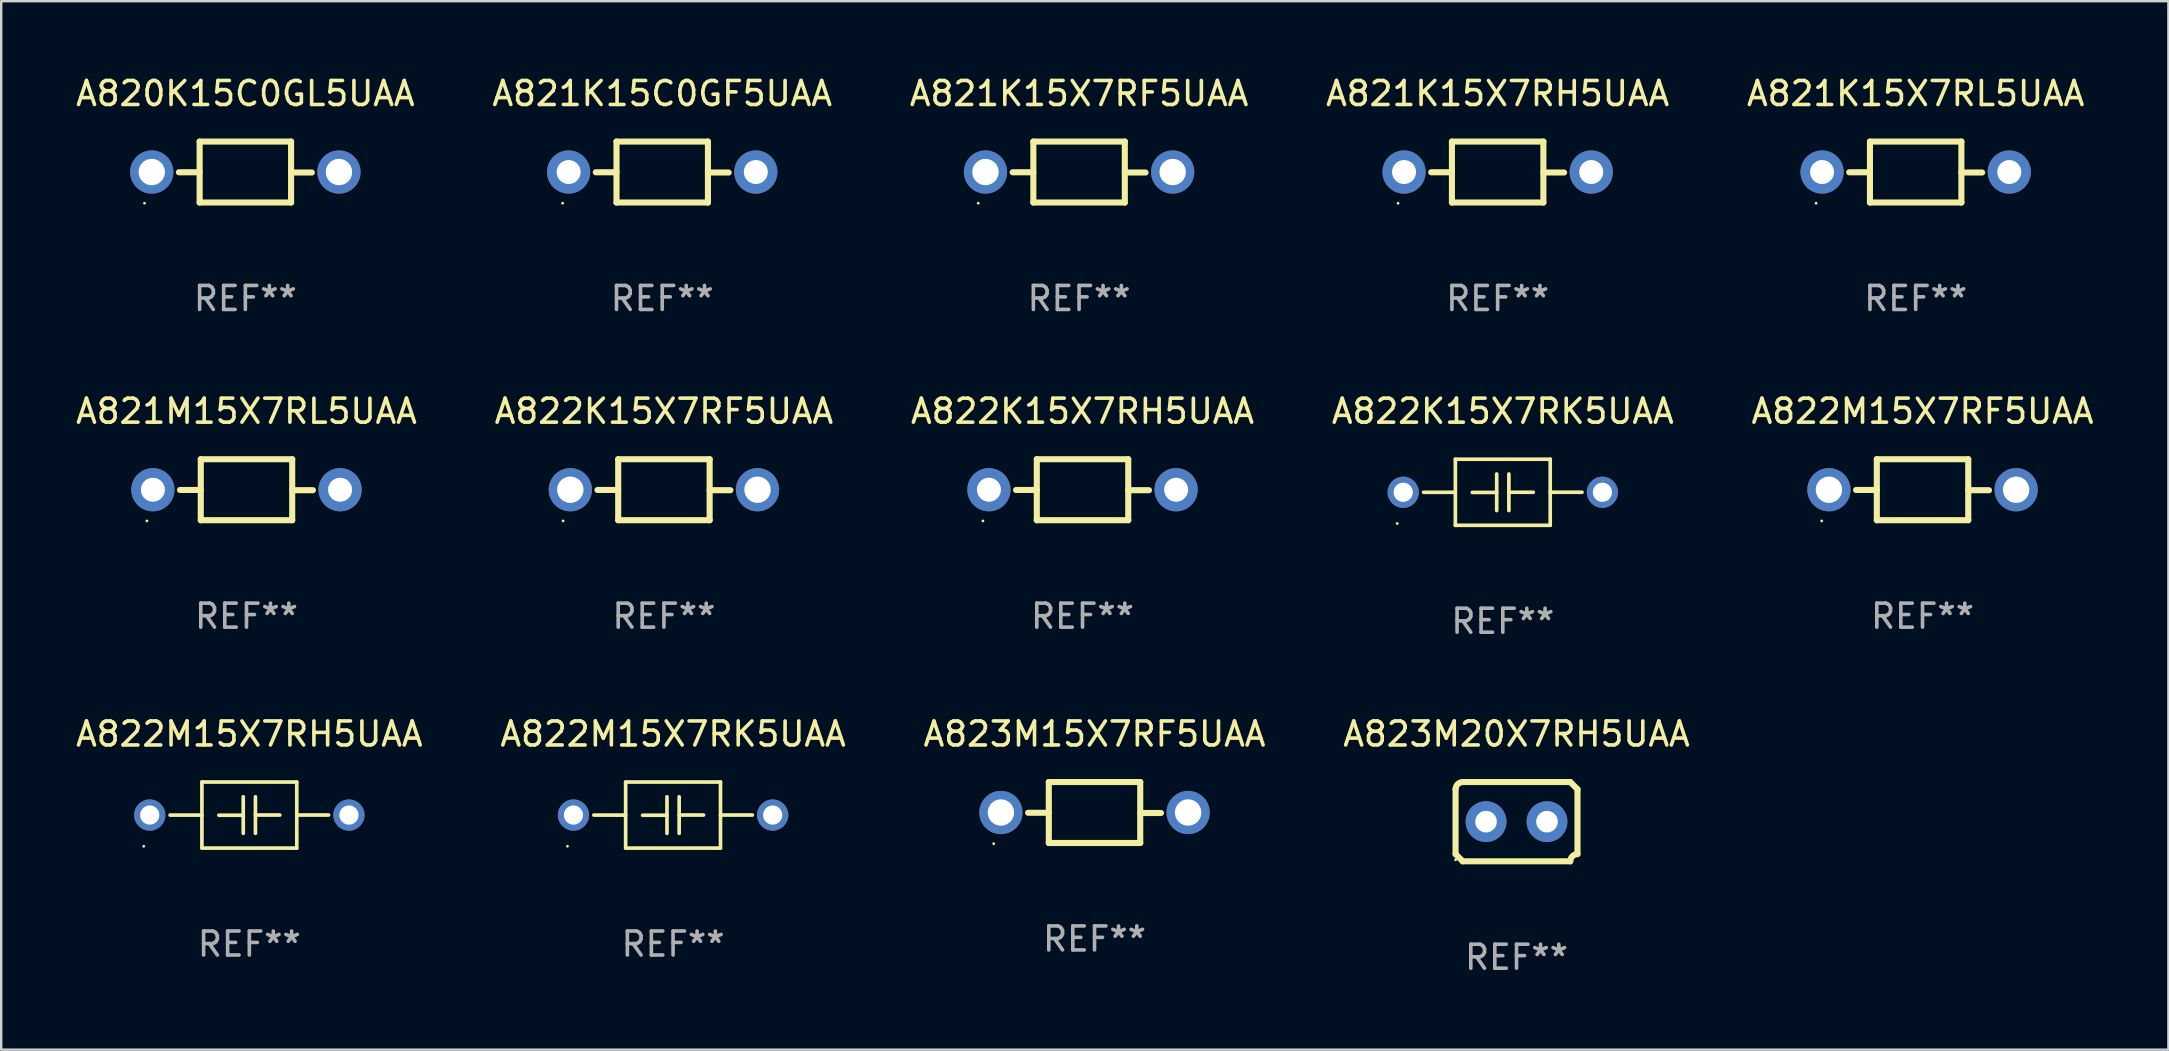
<source format=kicad_pcb>
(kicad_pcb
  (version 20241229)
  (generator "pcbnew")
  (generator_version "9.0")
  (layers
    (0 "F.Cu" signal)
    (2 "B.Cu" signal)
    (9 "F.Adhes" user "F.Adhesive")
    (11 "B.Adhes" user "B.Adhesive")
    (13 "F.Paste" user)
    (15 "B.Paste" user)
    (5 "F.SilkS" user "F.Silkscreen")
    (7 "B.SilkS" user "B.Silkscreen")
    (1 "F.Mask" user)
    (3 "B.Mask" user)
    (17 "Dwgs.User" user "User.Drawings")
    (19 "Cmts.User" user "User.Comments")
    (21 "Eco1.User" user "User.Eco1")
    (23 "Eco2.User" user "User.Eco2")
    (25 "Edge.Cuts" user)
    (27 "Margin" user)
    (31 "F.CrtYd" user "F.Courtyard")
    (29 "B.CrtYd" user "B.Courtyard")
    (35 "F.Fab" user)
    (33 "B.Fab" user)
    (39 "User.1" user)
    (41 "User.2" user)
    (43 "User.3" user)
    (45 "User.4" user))
  (footprint "A821K15X7RH5UAA"
    (layer "F.Cu")
    (at 59.351 4.118)
    (property "Reference" "A821K15X7RH5UAA" (at 0 -3.27 0) (layer "F.SilkS") (effects (font (size 1 1) (thickness 0.15))))
    (attr through_hole)
    (fp_line (start -1.905 -1.27) (end -1.905 1.27) (stroke (width 0.254) (type solid)) (layer "F.SilkS"))
    (fp_line (start -1.905 0.01) (end -2.769 0.01) (stroke (width 0.254) (type solid)) (layer "F.SilkS"))
    (fp_line (start -1.905 1.27) (end 1.905 1.27) (stroke (width 0.254) (type solid)) (layer "F.SilkS"))
    (fp_line (start 1.905 -1.27) (end -1.905 -1.27) (stroke (width 0.254) (type solid)) (layer "F.SilkS"))
    (fp_line (start 1.905 0.02) (end 2.769 0.02) (stroke (width 0.254) (type solid)) (layer "F.SilkS"))
    (fp_line (start 1.905 1.27) (end 1.905 -1.27) (stroke (width 0.254) (type solid)) (layer "F.SilkS"))
    (fp_circle (center -4.15 1.3) (end -4.12 1.3) (stroke (width 0.06) (type solid)) (fill no) (layer "F.SilkS"))
    (fp_text user "REF**" (at 0 5.27 0) (layer "F.Fab") (effects (font (size 1 1) (thickness 0.15))))
    (pad "1" thru_hole circle (at -3.9 0) (size 1.8 1.8) (drill 1) (layers "*.Cu" "*.Mask"))
    (pad "2" thru_hole circle (at 3.9 0) (size 1.8 1.8) (drill 1) (layers "*.Cu" "*.Mask")))
  (footprint "A822M15X7RF5UAA"
    (layer "F.Cu")
    (at 77.054 17.355)
    (property "Reference" "A822M15X7RF5UAA" (at 0 -3.27 0) (layer "F.SilkS") (effects (font (size 1 1) (thickness 0.15))))
    (attr through_hole)
    (fp_line (start -1.905 -1.27) (end -1.905 1.27) (stroke (width 0.254) (type solid)) (layer "F.SilkS"))
    (fp_line (start -1.905 0.01) (end -2.769 0.01) (stroke (width 0.254) (type solid)) (layer "F.SilkS"))
    (fp_line (start -1.905 1.27) (end 1.905 1.27) (stroke (width 0.254) (type solid)) (layer "F.SilkS"))
    (fp_line (start 1.905 -1.27) (end -1.905 -1.27) (stroke (width 0.254) (type solid)) (layer "F.SilkS"))
    (fp_line (start 1.905 0.02) (end 2.769 0.02) (stroke (width 0.254) (type solid)) (layer "F.SilkS"))
    (fp_line (start 1.905 1.27) (end 1.905 -1.27) (stroke (width 0.254) (type solid)) (layer "F.SilkS"))
    (fp_circle (center -4.201 1.3) (end -4.171 1.3) (stroke (width 0.06) (type solid)) (fill no) (layer "F.SilkS"))
    (fp_text user "REF**" (at 0 5.27 0) (layer "F.Fab") (effects (font (size 1 1) (thickness 0.15))))
    (pad "1" thru_hole circle (at -3.9 0) (size 1.8 1.8) (drill 1.1) (layers "*.Cu" "*.Mask"))
    (pad "2" thru_hole circle (at 3.9 0) (size 1.8 1.8) (drill 1.1) (layers "*.Cu" "*.Mask")))
  (footprint "A822K15X7RH5UAA"
    (layer "F.Cu")
    (at 42.054 17.355)
    (property "Reference" "A822K15X7RH5UAA" (at 0 -3.27 0) (layer "F.SilkS") (effects (font (size 1 1) (thickness 0.15))))
    (attr through_hole)
    (fp_line (start -1.905 -1.27) (end -1.905 1.27) (stroke (width 0.254) (type solid)) (layer "F.SilkS"))
    (fp_line (start -1.905 0.01) (end -2.769 0.01) (stroke (width 0.254) (type solid)) (layer "F.SilkS"))
    (fp_line (start -1.905 1.27) (end 1.905 1.27) (stroke (width 0.254) (type solid)) (layer "F.SilkS"))
    (fp_line (start 1.905 -1.27) (end -1.905 -1.27) (stroke (width 0.254) (type solid)) (layer "F.SilkS"))
    (fp_line (start 1.905 0.02) (end 2.769 0.02) (stroke (width 0.254) (type solid)) (layer "F.SilkS"))
    (fp_line (start 1.905 1.27) (end 1.905 -1.27) (stroke (width 0.254) (type solid)) (layer "F.SilkS"))
    (fp_circle (center -4.15 1.3) (end -4.12 1.3) (stroke (width 0.06) (type solid)) (fill no) (layer "F.SilkS"))
    (fp_text user "REF**" (at 0 5.27 0) (layer "F.Fab") (effects (font (size 1 1) (thickness 0.15))))
    (pad "1" thru_hole circle (at -3.9 0) (size 1.8 1.8) (drill 1) (layers "*.Cu" "*.Mask"))
    (pad "2" thru_hole circle (at 3.9 0) (size 1.8 1.8) (drill 1) (layers "*.Cu" "*.Mask")))
  (footprint "A821M15X7RL5UAA"
    (layer "F.Cu")
    (at 7.22 17.355)
    (property "Reference" "A821M15X7RL5UAA" (at 0 -3.27 0) (layer "F.SilkS") (effects (font (size 1 1) (thickness 0.15))))
    (attr through_hole)
    (fp_line (start -1.905 -1.27) (end -1.905 1.27) (stroke (width 0.254) (type solid)) (layer "F.SilkS"))
    (fp_line (start -1.905 0.01) (end -2.769 0.01) (stroke (width 0.254) (type solid)) (layer "F.SilkS"))
    (fp_line (start -1.905 1.27) (end 1.905 1.27) (stroke (width 0.254) (type solid)) (layer "F.SilkS"))
    (fp_line (start 1.905 -1.27) (end -1.905 -1.27) (stroke (width 0.254) (type solid)) (layer "F.SilkS"))
    (fp_line (start 1.905 0.02) (end 2.769 0.02) (stroke (width 0.254) (type solid)) (layer "F.SilkS"))
    (fp_line (start 1.905 1.27) (end 1.905 -1.27) (stroke (width 0.254) (type solid)) (layer "F.SilkS"))
    (fp_circle (center -4.15 1.3) (end -4.12 1.3) (stroke (width 0.06) (type solid)) (fill no) (layer "F.SilkS"))
    (fp_text user "REF**" (at 0 5.27 0) (layer "F.Fab") (effects (font (size 1 1) (thickness 0.15))))
    (pad "1" thru_hole circle (at -3.9 0) (size 1.8 1.8) (drill 1) (layers "*.Cu" "*.Mask"))
    (pad "2" thru_hole circle (at 3.9 0) (size 1.8 1.8) (drill 1) (layers "*.Cu" "*.Mask")))
  (footprint "A822M15X7RK5UAA"
    (layer "F.Cu")
    (at 24.994 30.91)
    (property "Reference" "A822M15X7RK5UAA" (at 0 -3.376 0) (layer "F.SilkS") (effects (font (size 1 1) (thickness 0.15))))
    (attr through_hole)
    (fp_line (start -1.976 -1.376) (end 1.976 -1.376) (stroke (width 0.152) (type solid)) (layer "F.SilkS"))
    (fp_line (start -1.976 0.001) (end -3.302 0.001) (stroke (width 0.152) (type solid)) (layer "F.SilkS"))
    (fp_line (start -1.976 1.376) (end -1.976 -1.376) (stroke (width 0.152) (type solid)) (layer "F.SilkS"))
    (fp_line (start -0.254 -0.762) (end -0.254 0.762) (stroke (width 0.152) (type solid)) (layer "F.SilkS"))
    (fp_line (start -0.254 0.007) (end -1.27 0.007) (stroke (width 0.152) (type solid)) (layer "F.SilkS"))
    (fp_line (start 0.254 -0.762) (end 0.254 0.762) (stroke (width 0.152) (type solid)) (layer "F.SilkS"))
    (fp_line (start 0.254 0) (end 1.27 0) (stroke (width 0.152) (type solid)) (layer "F.SilkS"))
    (fp_line (start 1.976 -1.376) (end 1.976 1.376) (stroke (width 0.152) (type solid)) (layer "F.SilkS"))
    (fp_line (start 1.976 -0.001) (end 3.302 -0.001) (stroke (width 0.152) (type solid)) (layer "F.SilkS"))
    (fp_line (start 1.976 1.376) (end -1.976 1.376) (stroke (width 0.152) (type solid)) (layer "F.SilkS"))
    (fp_circle (center -4.4 1.3) (end -4.37 1.3) (stroke (width 0.06) (type solid)) (fill no) (layer "F.SilkS"))
    (fp_text user "REF**" (at 0 5.376 0) (layer "F.Fab") (effects (font (size 1 1) (thickness 0.15))))
    (pad "1" thru_hole circle (at -4.15 0) (size 1.3 1.3) (drill 0.8) (layers "*.Cu" "*.Mask"))
    (pad "2" thru_hole circle (at 4.15 0) (size 1.3 1.3) (drill 0.8) (layers "*.Cu" "*.Mask")))
  (footprint "A823M15X7RF5UAA"
    (layer "F.Cu")
    (at 42.554 30.804)
    (property "Reference" "A823M15X7RF5UAA" (at 0 -3.27 0) (layer "F.SilkS") (effects (font (size 1 1) (thickness 0.15))))
    (attr through_hole)
    (fp_line (start -1.905 -1.27) (end -1.905 1.27) (stroke (width 0.254) (type solid)) (layer "F.SilkS"))
    (fp_line (start -1.905 0.01) (end -2.769 0.01) (stroke (width 0.254) (type solid)) (layer "F.SilkS"))
    (fp_line (start -1.905 1.27) (end 1.905 1.27) (stroke (width 0.254) (type solid)) (layer "F.SilkS"))
    (fp_line (start 1.905 -1.27) (end -1.905 -1.27) (stroke (width 0.254) (type solid)) (layer "F.SilkS"))
    (fp_line (start 1.905 0.02) (end 2.769 0.02) (stroke (width 0.254) (type solid)) (layer "F.SilkS"))
    (fp_line (start 1.905 1.27) (end 1.905 -1.27) (stroke (width 0.254) (type solid)) (layer "F.SilkS"))
    (fp_circle (center -4.201 1.3) (end -4.171 1.3) (stroke (width 0.06) (type solid)) (fill no) (layer "F.SilkS"))
    (fp_text user "REF**" (at 0 5.27 0) (layer "F.Fab") (effects (font (size 1 1) (thickness 0.15))))
    (pad "1" thru_hole circle (at -3.9 0) (size 1.8 1.8) (drill 1.1) (layers "*.Cu" "*.Mask"))
    (pad "2" thru_hole circle (at 3.9 0) (size 1.8 1.8) (drill 1.1) (layers "*.Cu" "*.Mask")))
  (footprint "A820K15C0GL5UAA"
    (layer "F.Cu")
    (at 7.173 4.118)
    (property "Reference" "A820K15C0GL5UAA" (at 0 -3.27 0) (layer "F.SilkS") (effects (font (size 1 1) (thickness 0.15))))
    (attr through_hole)
    (fp_line (start -1.905 -1.27) (end -1.905 1.27) (stroke (width 0.254) (type solid)) (layer "F.SilkS"))
    (fp_line (start -1.905 0.01) (end -2.769 0.01) (stroke (width 0.254) (type solid)) (layer "F.SilkS"))
    (fp_line (start -1.905 1.27) (end 1.905 1.27) (stroke (width 0.254) (type solid)) (layer "F.SilkS"))
    (fp_line (start 1.905 -1.27) (end -1.905 -1.27) (stroke (width 0.254) (type solid)) (layer "F.SilkS"))
    (fp_line (start 1.905 0.02) (end 2.769 0.02) (stroke (width 0.254) (type solid)) (layer "F.SilkS"))
    (fp_line (start 1.905 1.27) (end 1.905 -1.27) (stroke (width 0.254) (type solid)) (layer "F.SilkS"))
    (fp_circle (center -4.201 1.3) (end -4.171 1.3) (stroke (width 0.06) (type solid)) (fill no) (layer "F.SilkS"))
    (fp_text user "REF**" (at 0 5.27 0) (layer "F.Fab") (effects (font (size 1 1) (thickness 0.15))))
    (pad "1" thru_hole circle (at -3.9 0) (size 1.8 1.8) (drill 1.1) (layers "*.Cu" "*.Mask"))
    (pad "2" thru_hole circle (at 3.9 0) (size 1.8 1.8) (drill 1.1) (layers "*.Cu" "*.Mask")))
  (footprint "A823M20X7RH5UAA"
    (layer "F.Cu")
    (at 60.137 31.185)
    (property "Reference" "A823M20X7RH5UAA" (at 0 -3.651 0) (layer "F.SilkS") (effects (font (size 1 1) (thickness 0.15))))
    (attr through_hole)
    (fp_line (start -2.54 -1.351) (end -2.54 1.351) (stroke (width 0.254) (type solid)) (layer "F.SilkS"))
    (fp_line (start -2.24 -1.651) (end 2.24 -1.651) (stroke (width 0.254) (type solid)) (layer "F.SilkS"))
    (fp_line (start 2.24 1.651) (end -2.24 1.651) (stroke (width 0.254) (type solid)) (layer "F.SilkS"))
    (fp_line (start 2.54 1.351) (end 2.54 -1.351) (stroke (width 0.254) (type solid)) (layer "F.SilkS"))
    (fp_arc (start -2.540005 -1.351283) (mid -2.450115 -1.561309) (end -2.240005 -1.651003) (stroke (width 0.254001) (type solid)) (layer "F.SilkS"))
    (fp_arc (start -2.240287 1.651001) (mid -2.390163 1.501019) (end -2.540005 1.351003) (stroke (width 0.254001) (type solid)) (layer "F.SilkS"))
    (fp_arc (start 2.240005 1.651003) (mid 2.329934 1.441015) (end 2.540005 1.351282) (stroke (width 0.254001) (type solid)) (layer "F.SilkS"))
    (fp_arc (start 2.540005 -1.351003) (mid 2.389393 -1.500252) (end 2.240284 -1.651003) (stroke (width 0.254001) (type solid)) (layer "F.SilkS"))
    (fp_circle (center -2.54 1.59) (end -2.51 1.59) (stroke (width 0.06) (type solid)) (fill no) (layer "F.SilkS"))
    (fp_text user "REF**" (at 0 5.651 0) (layer "F.Fab") (effects (font (size 1 1) (thickness 0.15))))
    (pad "1" thru_hole circle (at -1.27 0) (size 1.7 1.7) (drill 0.9) (layers "*.Cu" "*.Mask"))
    (pad "2" thru_hole circle (at 1.27 0) (size 1.7 1.7) (drill 0.9) (layers "*.Cu" "*.Mask")))
  (footprint "A822K15X7RK5UAA"
    (layer "F.Cu")
    (at 59.565 17.461)
    (property "Reference" "A822K15X7RK5UAA" (at 0 -3.376 0) (layer "F.SilkS") (effects (font (size 1 1) (thickness 0.15))))
    (attr through_hole)
    (fp_line (start -1.976 -1.376) (end 1.976 -1.376) (stroke (width 0.152) (type solid)) (layer "F.SilkS"))
    (fp_line (start -1.976 0.001) (end -3.302 0.001) (stroke (width 0.152) (type solid)) (layer "F.SilkS"))
    (fp_line (start -1.976 1.376) (end -1.976 -1.376) (stroke (width 0.152) (type solid)) (layer "F.SilkS"))
    (fp_line (start -0.254 -0.762) (end -0.254 0.762) (stroke (width 0.152) (type solid)) (layer "F.SilkS"))
    (fp_line (start -0.254 0.007) (end -1.27 0.007) (stroke (width 0.152) (type solid)) (layer "F.SilkS"))
    (fp_line (start 0.254 -0.762) (end 0.254 0.762) (stroke (width 0.152) (type solid)) (layer "F.SilkS"))
    (fp_line (start 0.254 0) (end 1.27 0) (stroke (width 0.152) (type solid)) (layer "F.SilkS"))
    (fp_line (start 1.976 -1.376) (end 1.976 1.376) (stroke (width 0.152) (type solid)) (layer "F.SilkS"))
    (fp_line (start 1.976 -0.001) (end 3.302 -0.001) (stroke (width 0.152) (type solid)) (layer "F.SilkS"))
    (fp_line (start 1.976 1.376) (end -1.976 1.376) (stroke (width 0.152) (type solid)) (layer "F.SilkS"))
    (fp_circle (center -4.4 1.3) (end -4.37 1.3) (stroke (width 0.06) (type solid)) (fill no) (layer "F.SilkS"))
    (fp_text user "REF**" (at 0 5.376 0) (layer "F.Fab") (effects (font (size 1 1) (thickness 0.15))))
    (pad "1" thru_hole circle (at -4.15 0) (size 1.3 1.3) (drill 0.8) (layers "*.Cu" "*.Mask"))
    (pad "2" thru_hole circle (at 4.15 0) (size 1.3 1.3) (drill 0.8) (layers "*.Cu" "*.Mask")))
  (footprint "A821K15C0GF5UAA"
    (layer "F.Cu")
    (at 24.542 4.118)
    (property "Reference" "A821K15C0GF5UAA" (at 0 -3.27 0) (layer "F.SilkS") (effects (font (size 1 1) (thickness 0.15))))
    (attr through_hole)
    (fp_line (start -1.905 -1.27) (end -1.905 1.27) (stroke (width 0.254) (type solid)) (layer "F.SilkS"))
    (fp_line (start -1.905 0.01) (end -2.769 0.01) (stroke (width 0.254) (type solid)) (layer "F.SilkS"))
    (fp_line (start -1.905 1.27) (end 1.905 1.27) (stroke (width 0.254) (type solid)) (layer "F.SilkS"))
    (fp_line (start 1.905 -1.27) (end -1.905 -1.27) (stroke (width 0.254) (type solid)) (layer "F.SilkS"))
    (fp_line (start 1.905 0.02) (end 2.769 0.02) (stroke (width 0.254) (type solid)) (layer "F.SilkS"))
    (fp_line (start 1.905 1.27) (end 1.905 -1.27) (stroke (width 0.254) (type solid)) (layer "F.SilkS"))
    (fp_circle (center -4.15 1.3) (end -4.12 1.3) (stroke (width 0.06) (type solid)) (fill no) (layer "F.SilkS"))
    (fp_text user "REF**" (at 0 5.27 0) (layer "F.Fab") (effects (font (size 1 1) (thickness 0.15))))
    (pad "1" thru_hole circle (at -3.9 0) (size 1.8 1.8) (drill 1) (layers "*.Cu" "*.Mask"))
    (pad "2" thru_hole circle (at 3.9 0) (size 1.8 1.8) (drill 1) (layers "*.Cu" "*.Mask")))
  (footprint "A821K15X7RL5UAA"
    (layer "F.Cu")
    (at 76.768 4.118)
    (property "Reference" "A821K15X7RL5UAA" (at 0 -3.27 0) (layer "F.SilkS") (effects (font (size 1 1) (thickness 0.15))))
    (attr through_hole)
    (fp_line (start -1.905 -1.27) (end -1.905 1.27) (stroke (width 0.254) (type solid)) (layer "F.SilkS"))
    (fp_line (start -1.905 0.01) (end -2.769 0.01) (stroke (width 0.254) (type solid)) (layer "F.SilkS"))
    (fp_line (start -1.905 1.27) (end 1.905 1.27) (stroke (width 0.254) (type solid)) (layer "F.SilkS"))
    (fp_line (start 1.905 -1.27) (end -1.905 -1.27) (stroke (width 0.254) (type solid)) (layer "F.SilkS"))
    (fp_line (start 1.905 0.02) (end 2.769 0.02) (stroke (width 0.254) (type solid)) (layer "F.SilkS"))
    (fp_line (start 1.905 1.27) (end 1.905 -1.27) (stroke (width 0.254) (type solid)) (layer "F.SilkS"))
    (fp_circle (center -4.15 1.3) (end -4.12 1.3) (stroke (width 0.06) (type solid)) (fill no) (layer "F.SilkS"))
    (fp_text user "REF**" (at 0 5.27 0) (layer "F.Fab") (effects (font (size 1 1) (thickness 0.15))))
    (pad "1" thru_hole circle (at -3.9 0) (size 1.8 1.8) (drill 1) (layers "*.Cu" "*.Mask"))
    (pad "2" thru_hole circle (at 3.9 0) (size 1.8 1.8) (drill 1) (layers "*.Cu" "*.Mask")))
  (footprint "A822M15X7RH5UAA"
    (layer "F.Cu")
    (at 7.339 30.91)
    (property "Reference" "A822M15X7RH5UAA" (at 0 -3.376 0) (layer "F.SilkS") (effects (font (size 1 1) (thickness 0.15))))
    (attr through_hole)
    (fp_line (start -1.976 -1.376) (end 1.976 -1.376) (stroke (width 0.152) (type solid)) (layer "F.SilkS"))
    (fp_line (start -1.976 0.001) (end -3.302 0.001) (stroke (width 0.152) (type solid)) (layer "F.SilkS"))
    (fp_line (start -1.976 1.376) (end -1.976 -1.376) (stroke (width 0.152) (type solid)) (layer "F.SilkS"))
    (fp_line (start -0.254 -0.762) (end -0.254 0.762) (stroke (width 0.152) (type solid)) (layer "F.SilkS"))
    (fp_line (start -0.254 0.007) (end -1.27 0.007) (stroke (width 0.152) (type solid)) (layer "F.SilkS"))
    (fp_line (start 0.254 -0.762) (end 0.254 0.762) (stroke (width 0.152) (type solid)) (layer "F.SilkS"))
    (fp_line (start 0.254 0) (end 1.27 0) (stroke (width 0.152) (type solid)) (layer "F.SilkS"))
    (fp_line (start 1.976 -1.376) (end 1.976 1.376) (stroke (width 0.152) (type solid)) (layer "F.SilkS"))
    (fp_line (start 1.976 -0.001) (end 3.302 -0.001) (stroke (width 0.152) (type solid)) (layer "F.SilkS"))
    (fp_line (start 1.976 1.376) (end -1.976 1.376) (stroke (width 0.152) (type solid)) (layer "F.SilkS"))
    (fp_circle (center -4.4 1.3) (end -4.37 1.3) (stroke (width 0.06) (type solid)) (fill no) (layer "F.SilkS"))
    (fp_text user "REF**" (at 0 5.376 0) (layer "F.Fab") (effects (font (size 1 1) (thickness 0.15))))
    (pad "1" thru_hole circle (at -4.15 0) (size 1.3 1.3) (drill 0.8) (layers "*.Cu" "*.Mask"))
    (pad "2" thru_hole circle (at 4.15 0) (size 1.3 1.3) (drill 0.8) (layers "*.Cu" "*.Mask")))
  (footprint "A822K15X7RF5UAA"
    (layer "F.Cu")
    (at 24.613 17.355)
    (property "Reference" "A822K15X7RF5UAA" (at 0 -3.27 0) (layer "F.SilkS") (effects (font (size 1 1) (thickness 0.15))))
    (attr through_hole)
    (fp_line (start -1.905 -1.27) (end -1.905 1.27) (stroke (width 0.254) (type solid)) (layer "F.SilkS"))
    (fp_line (start -1.905 0.01) (end -2.769 0.01) (stroke (width 0.254) (type solid)) (layer "F.SilkS"))
    (fp_line (start -1.905 1.27) (end 1.905 1.27) (stroke (width 0.254) (type solid)) (layer "F.SilkS"))
    (fp_line (start 1.905 -1.27) (end -1.905 -1.27) (stroke (width 0.254) (type solid)) (layer "F.SilkS"))
    (fp_line (start 1.905 0.02) (end 2.769 0.02) (stroke (width 0.254) (type solid)) (layer "F.SilkS"))
    (fp_line (start 1.905 1.27) (end 1.905 -1.27) (stroke (width 0.254) (type solid)) (layer "F.SilkS"))
    (fp_circle (center -4.201 1.3) (end -4.171 1.3) (stroke (width 0.06) (type solid)) (fill no) (layer "F.SilkS"))
    (fp_text user "REF**" (at 0 5.27 0) (layer "F.Fab") (effects (font (size 1 1) (thickness 0.15))))
    (pad "1" thru_hole circle (at -3.9 0) (size 1.8 1.8) (drill 1.1) (layers "*.Cu" "*.Mask"))
    (pad "2" thru_hole circle (at 3.9 0) (size 1.8 1.8) (drill 1.1) (layers "*.Cu" "*.Mask")))
  (footprint "A821K15X7RF5UAA"
    (layer "F.Cu")
    (at 41.911 4.118)
    (property "Reference" "A821K15X7RF5UAA" (at 0 -3.27 0) (layer "F.SilkS") (effects (font (size 1 1) (thickness 0.15))))
    (attr through_hole)
    (fp_line (start -1.905 -1.27) (end -1.905 1.27) (stroke (width 0.254) (type solid)) (layer "F.SilkS"))
    (fp_line (start -1.905 0.01) (end -2.769 0.01) (stroke (width 0.254) (type solid)) (layer "F.SilkS"))
    (fp_line (start -1.905 1.27) (end 1.905 1.27) (stroke (width 0.254) (type solid)) (layer "F.SilkS"))
    (fp_line (start 1.905 -1.27) (end -1.905 -1.27) (stroke (width 0.254) (type solid)) (layer "F.SilkS"))
    (fp_line (start 1.905 0.02) (end 2.769 0.02) (stroke (width 0.254) (type solid)) (layer "F.SilkS"))
    (fp_line (start 1.905 1.27) (end 1.905 -1.27) (stroke (width 0.254) (type solid)) (layer "F.SilkS"))
    (fp_circle (center -4.201 1.3) (end -4.171 1.3) (stroke (width 0.06) (type solid)) (fill no) (layer "F.SilkS"))
    (fp_text user "REF**" (at 0 5.27 0) (layer "F.Fab") (effects (font (size 1 1) (thickness 0.15))))
    (pad "1" thru_hole circle (at -3.9 0) (size 1.8 1.8) (drill 1.1) (layers "*.Cu" "*.Mask"))
    (pad "2" thru_hole circle (at 3.9 0) (size 1.8 1.8) (drill 1.1) (layers "*.Cu" "*.Mask")))
  (gr_rect
    (start -3 -3)
    (end 87.298 40.684)
    (stroke (width 0.1) (type default))
    (fill no)
    (layer "Edge.Cuts")))
</source>
